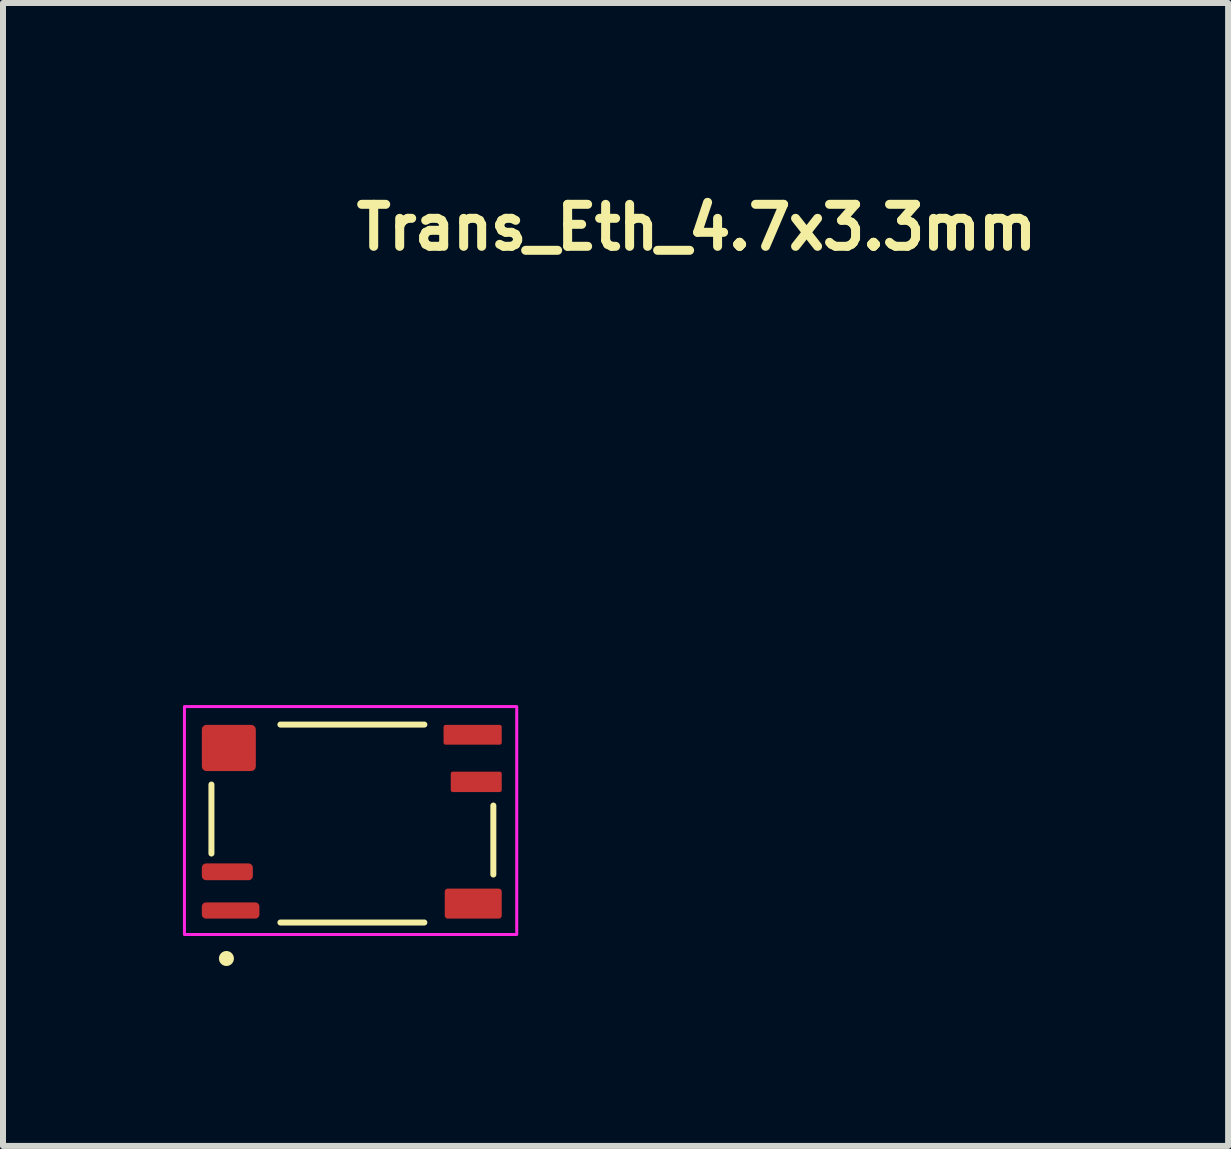
<source format=kicad_pcb>
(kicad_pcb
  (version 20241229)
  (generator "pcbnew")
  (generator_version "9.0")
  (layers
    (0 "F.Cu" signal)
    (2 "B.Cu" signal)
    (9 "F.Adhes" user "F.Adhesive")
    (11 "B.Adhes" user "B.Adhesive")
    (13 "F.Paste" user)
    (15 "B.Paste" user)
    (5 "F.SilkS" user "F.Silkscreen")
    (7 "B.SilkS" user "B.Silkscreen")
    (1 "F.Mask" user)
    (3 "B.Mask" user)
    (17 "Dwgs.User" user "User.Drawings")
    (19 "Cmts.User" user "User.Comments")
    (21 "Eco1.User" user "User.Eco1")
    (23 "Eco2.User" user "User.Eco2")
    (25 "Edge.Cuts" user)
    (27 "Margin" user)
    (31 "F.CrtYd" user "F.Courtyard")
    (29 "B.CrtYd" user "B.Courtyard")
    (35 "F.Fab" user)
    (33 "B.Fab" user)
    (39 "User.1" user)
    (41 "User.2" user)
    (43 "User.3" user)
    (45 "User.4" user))
  (footprint "Trans_Eth_4.7x3.3mm"
    (layer "F.Cu")
    (at 0.625 10.63)
    (property "Reference" "Trans_Eth_4.7x3.3mm" (at 2.19 -9.48 0) (unlocked yes) (layer "F.SilkS") (effects (font (size 0.7 0.7) (thickness 0.15)) (justify left bottom)))
    (attr smd)
    (fp_line (start -0.15 -0.6) (end -0.15 0.55) (stroke (width 0.1) (type default)) (layer "F.SilkS"))
    (fp_line (start 3.4 -1.6) (end 1 -1.6) (stroke (width 0.1) (type default)) (layer "F.SilkS"))
    (fp_line (start 3.4 1.7) (end 1 1.7) (stroke (width 0.1) (type default)) (layer "F.SilkS"))
    (fp_line (start 4.55 -0.25) (end 4.55 0.9) (stroke (width 0.1) (type default)) (layer "F.SilkS"))
    (fp_circle (center 0.1 2.3) (end 0.15 2.3) (stroke (width 0.15) (type solid)) (fill yes) (layer "F.SilkS"))
    (fp_rect (start -0.6 -1.9) (end 4.94 1.9) (stroke (width 0.05) (type solid)) (fill no) (layer "F.CrtYd"))
    (fp_rect (start -0.162 -1.6) (end 4.561 1.703) (stroke (width 0.1) (type solid)) (fill no) (layer "User.5"))
    (fp_line (start -0.162 -1.6) (end -0.162 -0.987) (stroke (width 0.02) (type solid)) (layer "User.9"))
    (fp_line (start -0.162 -0.987) (end -0.16 -0.987) (stroke (width 0.02) (type solid)) (layer "User.9"))
    (fp_line (start -0.161 0.471) (end -0.161 0.953) (stroke (width 0.02) (type solid)) (layer "User.9"))
    (fp_line (start -0.161 0.953) (end -0.16 0.953) (stroke (width 0.02) (type solid)) (layer "User.9"))
    (fp_line (start -0.161 1.251) (end -0.161 1.703) (stroke (width 0.02) (type solid)) (layer "User.9"))
    (fp_line (start -0.161 1.703) (end 0.842 1.703) (stroke (width 0.02) (type solid)) (layer "User.9"))
    (fp_line (start -0.16 -1.598) (end 4.561 -1.598) (stroke (width 0.02) (type solid)) (layer "User.9"))
    (fp_line (start -0.16 0.471) (end -0.161 0.471) (stroke (width 0.02) (type solid)) (layer "User.9"))
    (fp_line (start -0.16 1.251) (end -0.161 1.251) (stroke (width 0.02) (type solid)) (layer "User.9"))
    (fp_line (start -0.16 1.702) (end -0.16 -1.598) (stroke (width 0.02) (type solid)) (layer "User.9"))
    (fp_line (start -0.14 -1.578) (end -0.16 -1.598) (stroke (width 0.02) (type solid)) (layer "User.9"))
    (fp_line (start -0.14 1.682) (end -0.16 1.702) (stroke (width 0.02) (type solid)) (layer "User.9"))
    (fp_line (start 0.842 1.703) (end 0.842 1.702) (stroke (width 0.02) (type solid)) (layer "User.9"))
    (fp_line (start 0.844 -1.6) (end -0.162 -1.6) (stroke (width 0.02) (type solid)) (layer "User.9"))
    (fp_line (start 0.844 -1.598) (end 0.844 -1.6) (stroke (width 0.02) (type solid)) (layer "User.9"))
    (fp_line (start 3.559 -1.599) (end 3.559 -1.598) (stroke (width 0.02) (type solid)) (layer "User.9"))
    (fp_line (start 3.559 1.702) (end 3.559 1.703) (stroke (width 0.02) (type solid)) (layer "User.9"))
    (fp_line (start 3.559 1.703) (end 4.561 1.703) (stroke (width 0.02) (type solid)) (layer "User.9"))
    (fp_line (start 4.54 -1.578) (end 4.561 -1.598) (stroke (width 0.02) (type solid)) (layer "User.9"))
    (fp_line (start 4.54 1.682) (end 4.561 1.702) (stroke (width 0.02) (type solid)) (layer "User.9"))
    (fp_line (start 4.561 -1.598) (end 4.561 1.702) (stroke (width 0.02) (type solid)) (layer "User.9"))
    (fp_line (start 4.561 -1.178) (end 4.561 -1.178) (stroke (width 0.02) (type solid)) (layer "User.9"))
    (fp_line (start 4.561 -0.627) (end 4.561 -0.627) (stroke (width 0.02) (type solid)) (layer "User.9"))
    (fp_line (start 4.561 1.142) (end 4.561 1.142) (stroke (width 0.02) (type solid)) (layer "User.9"))
    (fp_line (start 4.561 1.702) (end -0.16 1.702) (stroke (width 0.02) (type solid)) (layer "User.9"))
    (fp_line (start 4.561 -1.599) (end 3.559 -1.599) (stroke (width 0.02) (type solid)) (layer "User.9"))
    (fp_line (start 4.561 -1.178) (end 4.561 -1.599) (stroke (width 0.02) (type solid)) (layer "User.9"))
    (fp_line (start 4.561 -0.949) (end 4.561 -0.949) (stroke (width 0.02) (type solid)) (layer "User.9"))
    (fp_line (start 4.561 -0.627) (end 4.561 -0.949) (stroke (width 0.02) (type solid)) (layer "User.9"))
    (fp_line (start 4.561 0.821) (end 4.561 0.821) (stroke (width 0.02) (type solid)) (layer "User.9"))
    (fp_line (start 4.561 1.142) (end 4.561 0.821) (stroke (width 0.02) (type solid)) (layer "User.9"))
    (fp_line (start 4.561 1.281) (end 4.561 1.281) (stroke (width 0.02) (type solid)) (layer "User.9"))
    (fp_line (start 4.561 1.703) (end 4.561 1.281) (stroke (width 0.02) (type solid)) (layer "User.9"))
    (pad "1" smd roundrect (at 0.17 1.5) (size 0.96 0.27) (layers "F.Cu" "F.Mask" "F.Paste") (roundrect_rratio 0.25))
    (pad "2" smd roundrect (at 0.115 0.855) (size 0.85 0.28) (layers "F.Cu" "F.Mask" "F.Paste") (roundrect_rratio 0.25))
    (pad "3" smd roundrect (at 0.14 -1.21) (size 0.9 0.77) (layers "F.Cu" "F.Mask" "F.Paste") (roundrect_rratio 0.1))
    (pad "5" smd roundrect (at 4.215 1.385) (size 0.95 0.5) (layers "F.Cu" "F.Mask" "F.Paste") (roundrect_rratio 0.1))
    (pad "6" smd roundrect (at 4.265 -0.645) (size 0.85 0.34) (layers "F.Cu" "F.Mask" "F.Paste") (roundrect_rratio 0.1))
    (pad "7" smd roundrect (at 4.205 -1.43) (size 0.97 0.33) (layers "F.Cu" "F.Mask" "F.Paste") (roundrect_rratio 0.1)))
  (gr_rect
    (start -3 -3)
    (end 17.425 16.055)
    (stroke (width 0.1) (type default))
    (fill no)
    (layer "Edge.Cuts")))
</source>
